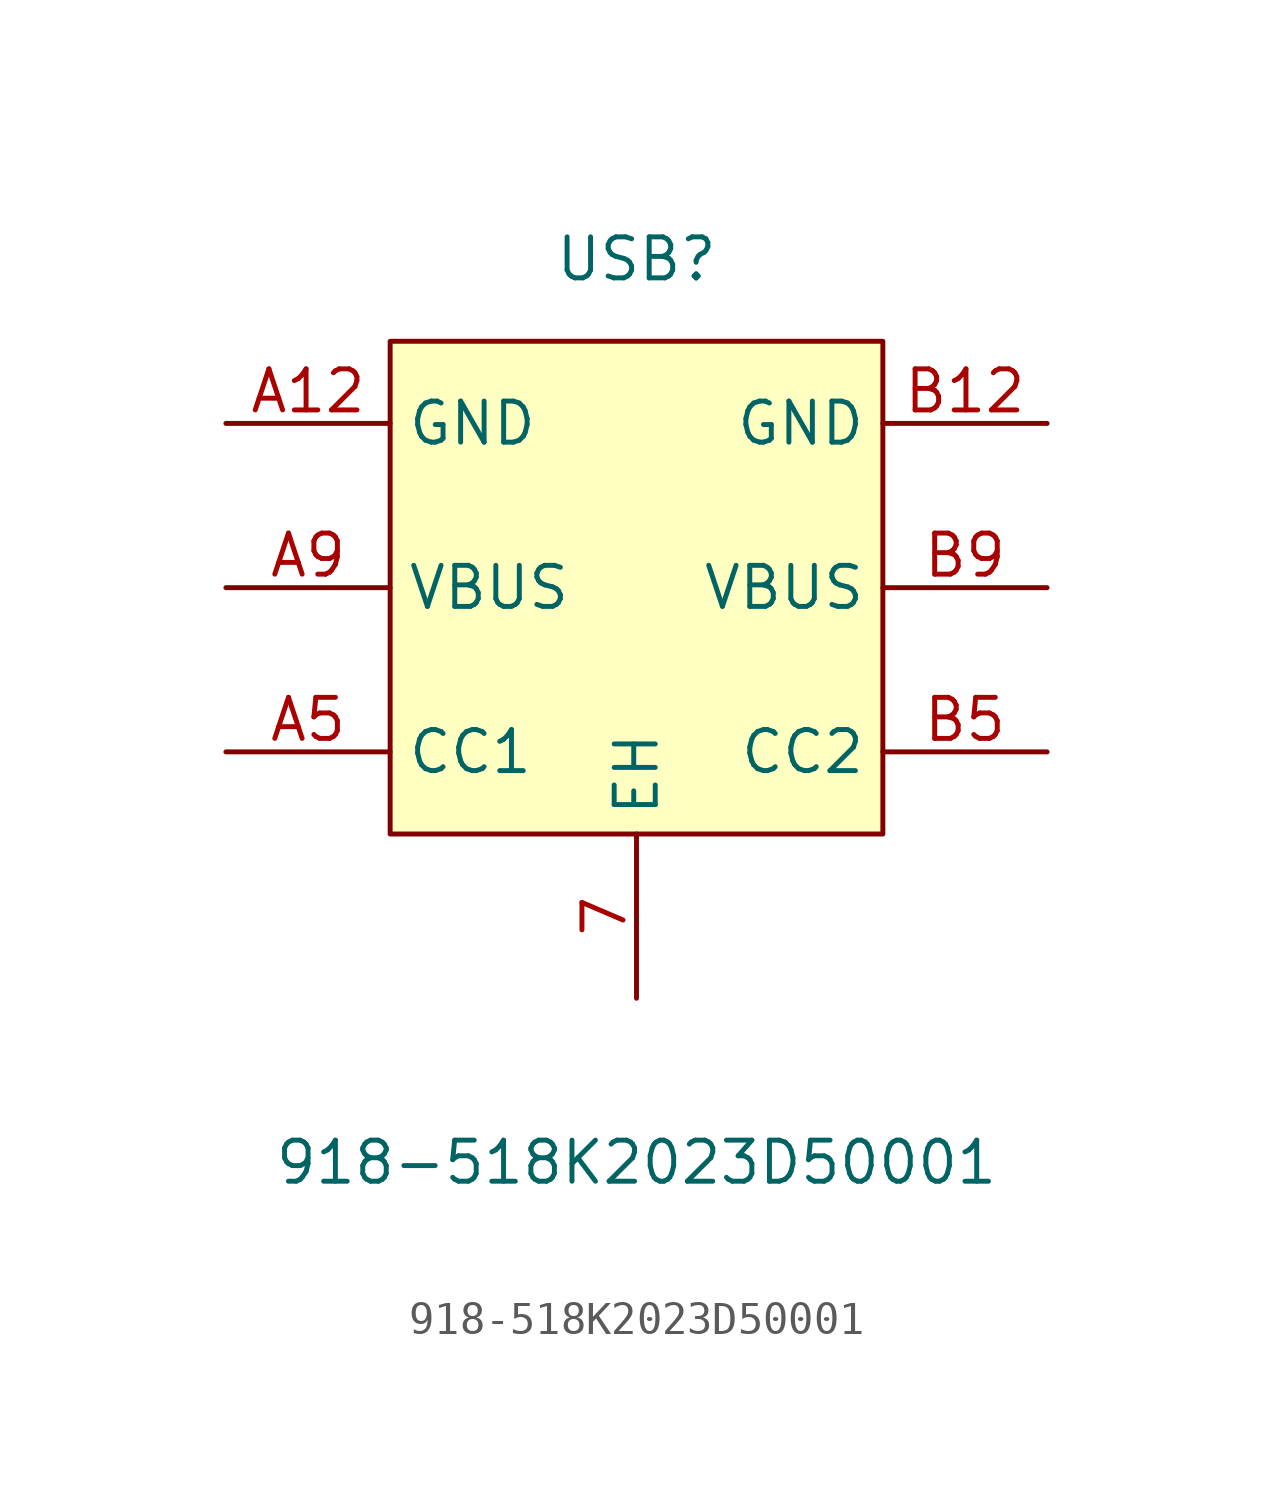
<source format=kicad_sym>
(kicad_symbol_lib
  (version 20211014)
  (generator https://github.com/uPesy/easyeda2kicad.py)
  (symbol "918-518K2023D50001"
    (property "Reference" "USB"
      (at 0 10.16 0)
      (effects (font (size 1.27 1.27))))
    (property "Value" "918-518K2023D50001"
      (at 0 -17.78 0)
      (effects (font (size 1.27 1.27))))
    (symbol "918-518K2023D50001_0_1"
      (rectangle (start -7.62 7.62) (end 7.62 -7.62) (stroke (width 0) (type default) (color 0 0 0 0)) (fill (type background)))
      (pin unspecified line (at 0.00 -12.70 90) (length 5.08) (name "EH" (effects (font (size 1.27 1.27)))) (number "7" (effects (font (size 1.27 1.27)))))
      (pin unspecified line (at 12.70 -5.08 180) (length 5.08) (name "CC2" (effects (font (size 1.27 1.27)))) (number "B5" (effects (font (size 1.27 1.27)))))
      (pin unspecified line (at 12.70 -0.00 180) (length 5.08) (name "VBUS" (effects (font (size 1.27 1.27)))) (number "B9" (effects (font (size 1.27 1.27)))))
      (pin unspecified line (at 12.70 5.08 180) (length 5.08) (name "GND" (effects (font (size 1.27 1.27)))) (number "B12" (effects (font (size 1.27 1.27)))))
      (pin unspecified line (at -12.70 -5.08 0) (length 5.08) (name "CC1" (effects (font (size 1.27 1.27)))) (number "A5" (effects (font (size 1.27 1.27)))))
      (pin unspecified line (at -12.70 -0.00 0) (length 5.08) (name "VBUS" (effects (font (size 1.27 1.27)))) (number "A9" (effects (font (size 1.27 1.27)))))
      (pin unspecified line (at -12.70 5.08 0) (length 5.08) (name "GND" (effects (font (size 1.27 1.27)))) (number "A12" (effects (font (size 1.27 1.27))))))))
</source>
